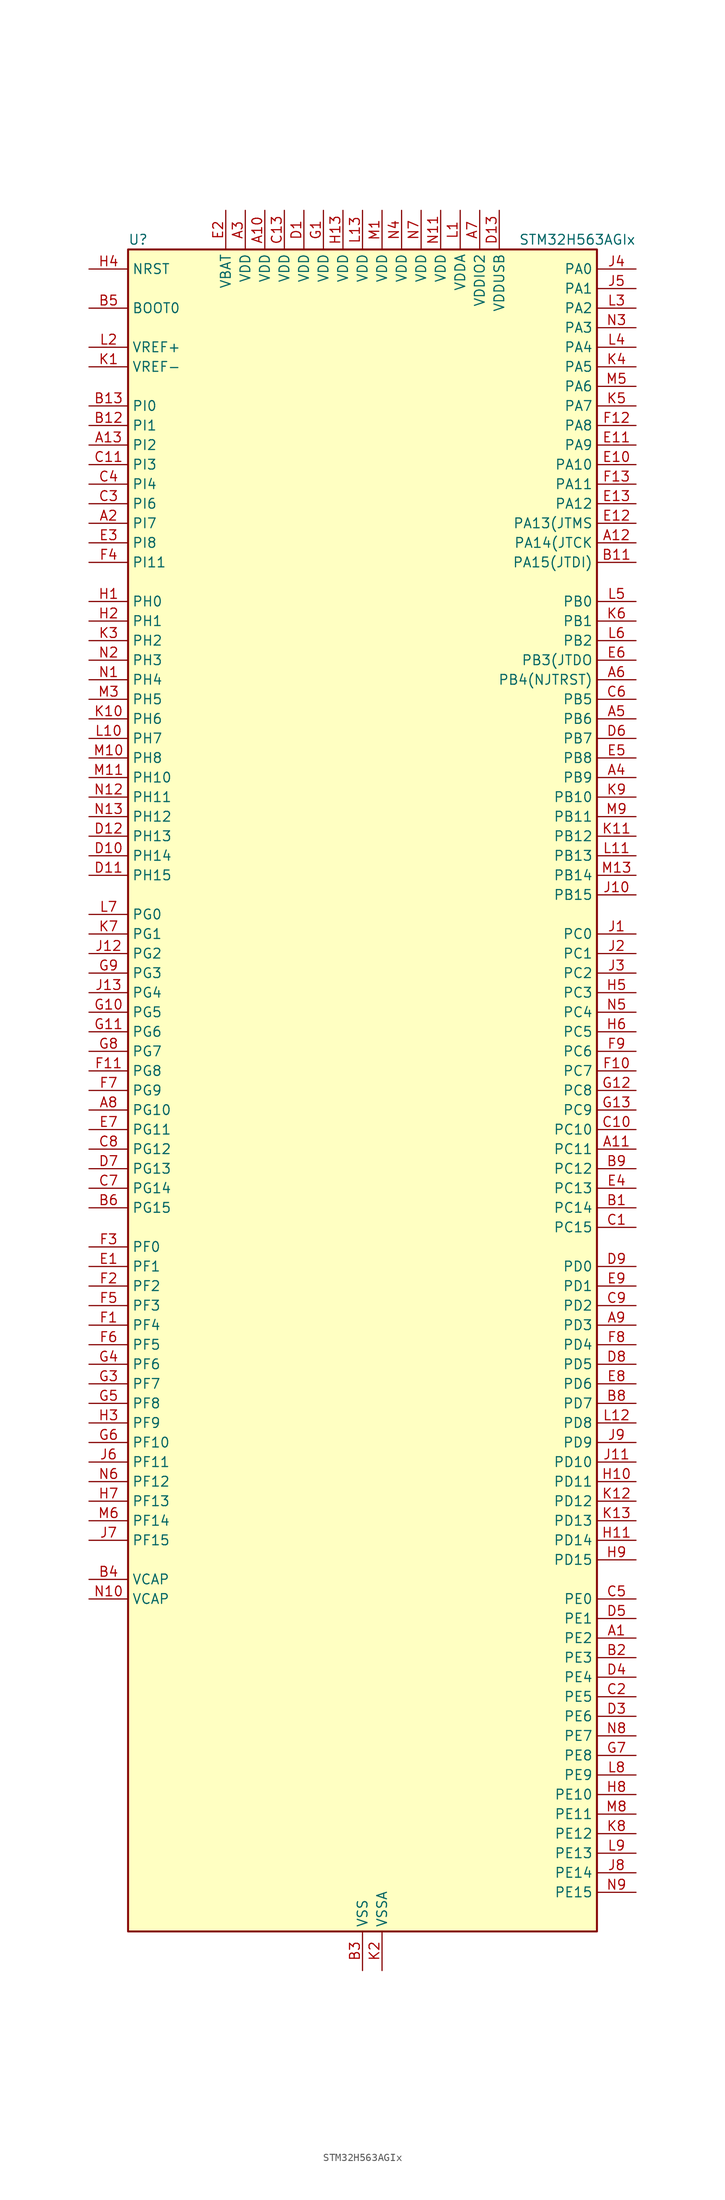
<source format=kicad_sym>
(kicad_symbol_lib
  (version 20231120)
  (generator "kicad-library-utils")
  (generator_version "8.0")
  (symbol "STM32H563AGIx"
    (property "Reference" "U"
      (at -30.48 110.49 0)
      (effects (font (size 1.27 1.27)) (justify left)))
    (property "Value" "STM32H563AGIx"
      (at 20.32 110.49 0)
      (effects (font (size 1.27 1.27)) (justify left)))
    (symbol "STM32H563AGIx_0_1"
      (rectangle (start -30.48 -109.22) (end 30.48 109.22) (stroke (width 0.254) (type default)) (fill (type background))))
    (symbol "STM32H563AGIx_1_1"
      (pin bidirectional line (at 35.56 -71.12 180) (length 5.08) (name "PE2" (effects (font (size 1.27 1.27)))) (number "A1" (effects (font (size 1.27 1.27)))) (alternate "DCMI_D3" bidirectional line) (alternate "DEBUG_TRACECLK" bidirectional line) (alternate "ETH_TXD3" bidirectional line) (alternate "FMC_A23" bidirectional line) (alternate "LPTIM1_IN2" bidirectional line) (alternate "OCTOSPI1_IO2" bidirectional line) (alternate "PSSI_D3" bidirectional line) (alternate "SAI1_CK1" bidirectional line) (alternate "SAI1_MCLK_A" bidirectional line) (alternate "SPI4_SCK" bidirectional line) (alternate "UART8_TX" bidirectional line) (alternate "USART10_RX" bidirectional line))
      (pin power_in line (at -12.7 114.3 270) (length 5.08) (name "VDD" (effects (font (size 1.27 1.27)))) (number "A10" (effects (font (size 1.27 1.27)))))
      (pin bidirectional line (at 35.56 -7.62 180) (length 5.08) (name "PC11" (effects (font (size 1.27 1.27)))) (number "A11" (effects (font (size 1.27 1.27)))) (alternate "ADC1_EXTI11" bidirectional line) (alternate "ADC2_EXTI11" bidirectional line) (alternate "DCMI_D4" bidirectional line) (alternate "I2S3_SDI" bidirectional line) (alternate "LPTIM3_IN1" bidirectional line) (alternate "OCTOSPI1_NCS" bidirectional line) (alternate "PSSI_D4" bidirectional line) (alternate "SDMMC1_D3" bidirectional line) (alternate "SPI3_MISO" bidirectional line) (alternate "UART4_RX" bidirectional line) (alternate "USART3_RX" bidirectional line))
      (pin bidirectional line (at 35.56 71.12 180) (length 5.08) (name "PA14(JTCK" (effects (font (size 1.27 1.27)))) (number "A12" (effects (font (size 1.27 1.27)))) (alternate "DEBUG_JTCK-SWCLK" bidirectional line))
      (pin bidirectional line (at -35.56 83.82 0) (length 5.08) (name "PI2" (effects (font (size 1.27 1.27)))) (number "A13" (effects (font (size 1.27 1.27)))) (alternate "DCMI_D9" bidirectional line) (alternate "I2S2_SDI" bidirectional line) (alternate "PSSI_D9" bidirectional line) (alternate "SPI2_MISO" bidirectional line) (alternate "TIM8_CH4" bidirectional line))
      (pin bidirectional line (at -35.56 73.66 0) (length 5.08) (name "PI7" (effects (font (size 1.27 1.27)))) (number "A2" (effects (font (size 1.27 1.27)))) (alternate "DCMI_D7" bidirectional line) (alternate "PSSI_D7" bidirectional line) (alternate "SAI2_FS_A" bidirectional line) (alternate "TIM8_CH3" bidirectional line))
      (pin power_in line (at -15.24 114.3 270) (length 5.08) (name "VDD" (effects (font (size 1.27 1.27)))) (number "A3" (effects (font (size 1.27 1.27)))))
      (pin bidirectional line (at 35.56 40.64 180) (length 5.08) (name "PB9" (effects (font (size 1.27 1.27)))) (number "A4" (effects (font (size 1.27 1.27)))) (alternate "DAC1_EXTI9" bidirectional line) (alternate "DCMI_D7" bidirectional line) (alternate "FDCAN1_TX" bidirectional line) (alternate "I2C1_SDA" bidirectional line) (alternate "I2C4_SDA" bidirectional line) (alternate "I2S2_WS" bidirectional line) (alternate "I3C1_SDA" bidirectional line) (alternate "PSSI_D7" bidirectional line) (alternate "SDMMC1_CDIR" bidirectional line) (alternate "SDMMC1_D5" bidirectional line) (alternate "SDMMC2_CKIN" bidirectional line) (alternate "SDMMC2_D5" bidirectional line) (alternate "SPI2_NSS" bidirectional line) (alternate "TIM17_CH1" bidirectional line) (alternate "TIM4_CH4" bidirectional line) (alternate "UART4_TX" bidirectional line))
      (pin bidirectional line (at 35.56 48.26 180) (length 5.08) (name "PB6" (effects (font (size 1.27 1.27)))) (number "A5" (effects (font (size 1.27 1.27)))) (alternate "CEC" bidirectional line) (alternate "DCMI_D5" bidirectional line) (alternate "FDCAN2_TX" bidirectional line) (alternate "FMC_SDNE1" bidirectional line) (alternate "I2C1_SCL" bidirectional line) (alternate "I2C4_SCL" bidirectional line) (alternate "I3C1_SCL" bidirectional line) (alternate "LPUART1_TX" bidirectional line) (alternate "OCTOSPI1_NCS" bidirectional line) (alternate "PSSI_D5" bidirectional line) (alternate "TIM16_CH1N" bidirectional line) (alternate "TIM4_CH1" bidirectional line) (alternate "UART5_TX" bidirectional line) (alternate "USART1_TX" bidirectional line))
      (pin bidirectional line (at 35.56 53.34 180) (length 5.08) (name "PB4(NJTRST)" (effects (font (size 1.27 1.27)))) (number "A6" (effects (font (size 1.27 1.27)))) (alternate "DCMI_D7" bidirectional line) (alternate "DEBUG_JTRST" bidirectional line) (alternate "I2S1_SDI" bidirectional line) (alternate "I2S2_WS" bidirectional line) (alternate "I2S3_SDI" bidirectional line) (alternate "LPTIM1_CH2" bidirectional line) (alternate "OCTOSPI1_CLK" bidirectional line) (alternate "PSSI_D7" bidirectional line) (alternate "SDMMC2_D3" bidirectional line) (alternate "SPI1_MISO" bidirectional line) (alternate "SPI2_NSS" bidirectional line) (alternate "SPI3_MISO" bidirectional line) (alternate "SPI6_MISO" bidirectional line) (alternate "TIM16_BKIN" bidirectional line) (alternate "TIM3_CH1" bidirectional line) (alternate "UART7_TX" bidirectional line))
      (pin power_in line (at 15.24 114.3 270) (length 5.08) (name "VDDIO2" (effects (font (size 1.27 1.27)))) (number "A7" (effects (font (size 1.27 1.27)))))
      (pin bidirectional line (at -35.56 -2.54 0) (length 5.08) (name "PG10" (effects (font (size 1.27 1.27)))) (number "A8" (effects (font (size 1.27 1.27)))) (alternate "DCMI_D2" bidirectional line) (alternate "FMC_NE3" bidirectional line) (alternate "I2S1_WS" bidirectional line) (alternate "PSSI_D2" bidirectional line) (alternate "SAI2_SD_B" bidirectional line) (alternate "SDMMC2_D1" bidirectional line) (alternate "SPI1_NSS" bidirectional line))
      (pin bidirectional line (at 35.56 -30.48 180) (length 5.08) (name "PD3" (effects (font (size 1.27 1.27)))) (number "A9" (effects (font (size 1.27 1.27)))) (alternate "DCMI_D5" bidirectional line) (alternate "FMC_CLK" bidirectional line) (alternate "I2S2_CK" bidirectional line) (alternate "PSSI_D5" bidirectional line) (alternate "PWR_WKUP8" bidirectional line) (alternate "SPI2_SCK" bidirectional line) (alternate "USART2_CTS" bidirectional line) (alternate "USART2_NSS" bidirectional line))
      (pin bidirectional line (at 35.56 -15.24 180) (length 5.08) (name "PC14" (effects (font (size 1.27 1.27)))) (number "B1" (effects (font (size 1.27 1.27)))) (alternate "RCC_OSC32_IN" bidirectional line))
      (pin passive line (at 0 -114.3 90) (length 5.08) hide (name "VSS" (effects (font (size 1.27 1.27)))) (number "B10" (effects (font (size 1.27 1.27)))))
      (pin bidirectional line (at 35.56 68.58 180) (length 5.08) (name "PA15(JTDI)" (effects (font (size 1.27 1.27)))) (number "B11" (effects (font (size 1.27 1.27)))) (alternate "ADC1_EXTI15" bidirectional line) (alternate "ADC2_EXTI15" bidirectional line) (alternate "CEC" bidirectional line) (alternate "DCMI_D11" bidirectional line) (alternate "DEBUG_JTDI" bidirectional line) (alternate "FMC_NBL1" bidirectional line) (alternate "I2S1_WS" bidirectional line) (alternate "I2S3_WS" bidirectional line) (alternate "LPTIM3_IN2" bidirectional line) (alternate "PSSI_D11" bidirectional line) (alternate "SPI1_NSS" bidirectional line) (alternate "SPI3_NSS" bidirectional line) (alternate "SPI6_NSS" bidirectional line) (alternate "TIM2_CH1" bidirectional line) (alternate "TIM2_ETR" bidirectional line) (alternate "UART4_DE" bidirectional line) (alternate "UART4_RTS" bidirectional line) (alternate "UART7_TX" bidirectional line))
      (pin bidirectional line (at -35.56 86.36 0) (length 5.08) (name "PI1" (effects (font (size 1.27 1.27)))) (number "B12" (effects (font (size 1.27 1.27)))) (alternate "DCMI_D8" bidirectional line) (alternate "I2S2_CK" bidirectional line) (alternate "PSSI_D8" bidirectional line) (alternate "SPI2_SCK" bidirectional line) (alternate "TIM8_BKIN2" bidirectional line))
      (pin bidirectional line (at -35.56 88.9 0) (length 5.08) (name "PI0" (effects (font (size 1.27 1.27)))) (number "B13" (effects (font (size 1.27 1.27)))) (alternate "DCMI_D13" bidirectional line) (alternate "I2S2_WS" bidirectional line) (alternate "PSSI_D13" bidirectional line) (alternate "SPI2_NSS" bidirectional line) (alternate "TIM5_CH4" bidirectional line))
      (pin bidirectional line (at 35.56 -73.66 180) (length 5.08) (name "PE3" (effects (font (size 1.27 1.27)))) (number "B2" (effects (font (size 1.27 1.27)))) (alternate "DEBUG_TRACED0" bidirectional line) (alternate "FMC_A19" bidirectional line) (alternate "SAI1_SD_B" bidirectional line) (alternate "TAMP_IN6" bidirectional line) (alternate "TAMP_OUT3" bidirectional line) (alternate "TIM15_BKIN" bidirectional line) (alternate "USART10_TX" bidirectional line))
      (pin power_in line (at 0 -114.3 90) (length 5.08) (name "VSS" (effects (font (size 1.27 1.27)))) (number "B3" (effects (font (size 1.27 1.27)))))
      (pin power_out line (at -35.56 -63.5 0) (length 5.08) (name "VCAP" (effects (font (size 1.27 1.27)))) (number "B4" (effects (font (size 1.27 1.27)))))
      (pin input line (at -35.56 101.6 0) (length 5.08) (name "BOOT0" (effects (font (size 1.27 1.27)))) (number "B5" (effects (font (size 1.27 1.27)))))
      (pin bidirectional line (at -35.56 -15.24 0) (length 5.08) (name "PG15" (effects (font (size 1.27 1.27)))) (number "B6" (effects (font (size 1.27 1.27)))) (alternate "ADC1_EXTI15" bidirectional line) (alternate "ADC2_EXTI15" bidirectional line) (alternate "DCMI_D13" bidirectional line) (alternate "FMC_SDNCAS" bidirectional line) (alternate "PSSI_D13" bidirectional line) (alternate "SPI4_RDY" bidirectional line) (alternate "USART10_CK" bidirectional line) (alternate "USART6_CTS" bidirectional line) (alternate "USART6_NSS" bidirectional line))
      (pin passive line (at 0 -114.3 90) (length 5.08) hide (name "VSS" (effects (font (size 1.27 1.27)))) (number "B7" (effects (font (size 1.27 1.27)))))
      (pin bidirectional line (at 35.56 -40.64 180) (length 5.08) (name "PD7" (effects (font (size 1.27 1.27)))) (number "B8" (effects (font (size 1.27 1.27)))) (alternate "FMC_NCE" bidirectional line) (alternate "FMC_NE1" bidirectional line) (alternate "I2S1_SDO" bidirectional line) (alternate "LPTIM4_OUT" bidirectional line) (alternate "OCTOSPI1_IO7" bidirectional line) (alternate "SDMMC2_CMD" bidirectional line) (alternate "SPI1_MOSI" bidirectional line) (alternate "USART2_CK" bidirectional line))
      (pin bidirectional line (at 35.56 -10.16 180) (length 5.08) (name "PC12" (effects (font (size 1.27 1.27)))) (number "B9" (effects (font (size 1.27 1.27)))) (alternate "DCMI_D9" bidirectional line) (alternate "DEBUG_TRACED3" bidirectional line) (alternate "I2S3_SDO" bidirectional line) (alternate "PSSI_D9" bidirectional line) (alternate "SDMMC1_CK" bidirectional line) (alternate "SPI3_MOSI" bidirectional line) (alternate "SPI6_SCK" bidirectional line) (alternate "TIM15_CH1" bidirectional line) (alternate "UART5_TX" bidirectional line) (alternate "USART3_CK" bidirectional line))
      (pin bidirectional line (at 35.56 -17.78 180) (length 5.08) (name "PC15" (effects (font (size 1.27 1.27)))) (number "C1" (effects (font (size 1.27 1.27)))) (alternate "ADC1_EXTI15" bidirectional line) (alternate "ADC2_EXTI15" bidirectional line) (alternate "RCC_OSC32_OUT" bidirectional line))
      (pin bidirectional line (at 35.56 -5.08 180) (length 5.08) (name "PC10" (effects (font (size 1.27 1.27)))) (number "C10" (effects (font (size 1.27 1.27)))) (alternate "DCMI_D8" bidirectional line) (alternate "ETH_TXD0" bidirectional line) (alternate "I2S3_CK" bidirectional line) (alternate "LPTIM3_ETR" bidirectional line) (alternate "OCTOSPI1_IO1" bidirectional line) (alternate "PSSI_D8" bidirectional line) (alternate "SDMMC1_D2" bidirectional line) (alternate "SPI3_SCK" bidirectional line) (alternate "UART4_TX" bidirectional line) (alternate "USART3_TX" bidirectional line))
      (pin bidirectional line (at -35.56 81.28 0) (length 5.08) (name "PI3" (effects (font (size 1.27 1.27)))) (number "C11" (effects (font (size 1.27 1.27)))) (alternate "DCMI_D10" bidirectional line) (alternate "I2S2_SDO" bidirectional line) (alternate "PSSI_D10" bidirectional line) (alternate "SPI2_MOSI" bidirectional line) (alternate "TIM8_ETR" bidirectional line))
      (pin passive line (at 0 -114.3 90) (length 5.08) hide (name "VSS" (effects (font (size 1.27 1.27)))) (number "C12" (effects (font (size 1.27 1.27)))))
      (pin power_in line (at -10.16 114.3 270) (length 5.08) (name "VDD" (effects (font (size 1.27 1.27)))) (number "C13" (effects (font (size 1.27 1.27)))))
      (pin bidirectional line (at 35.56 -78.74 180) (length 5.08) (name "PE5" (effects (font (size 1.27 1.27)))) (number "C2" (effects (font (size 1.27 1.27)))) (alternate "DCMI_D6" bidirectional line) (alternate "DEBUG_TRACED2" bidirectional line) (alternate "FMC_A21" bidirectional line) (alternate "PSSI_D6" bidirectional line) (alternate "SAI1_CK2" bidirectional line) (alternate "SAI1_SCK_A" bidirectional line) (alternate "SPI4_MISO" bidirectional line) (alternate "TAMP_IN8" bidirectional line) (alternate "TAMP_OUT7" bidirectional line) (alternate "TIM15_CH1" bidirectional line))
      (pin bidirectional line (at -35.56 76.2 0) (length 5.08) (name "PI6" (effects (font (size 1.27 1.27)))) (number "C3" (effects (font (size 1.27 1.27)))) (alternate "DCMI_D6" bidirectional line) (alternate "PSSI_D6" bidirectional line) (alternate "SAI2_SD_A" bidirectional line) (alternate "TIM8_CH2" bidirectional line))
      (pin bidirectional line (at -35.56 78.74 0) (length 5.08) (name "PI4" (effects (font (size 1.27 1.27)))) (number "C4" (effects (font (size 1.27 1.27)))) (alternate "DCMI_D5" bidirectional line) (alternate "PSSI_D5" bidirectional line) (alternate "SAI2_MCLK_A" bidirectional line) (alternate "SPI2_RDY" bidirectional line) (alternate "TIM8_BKIN" bidirectional line))
      (pin bidirectional line (at 35.56 -66.04 180) (length 5.08) (name "PE0" (effects (font (size 1.27 1.27)))) (number "C5" (effects (font (size 1.27 1.27)))) (alternate "DCMI_D2" bidirectional line) (alternate "FDCAN1_RX" bidirectional line) (alternate "FMC_NBL0" bidirectional line) (alternate "LPTIM1_ETR" bidirectional line) (alternate "LPTIM2_CH2" bidirectional line) (alternate "LPTIM2_ETR" bidirectional line) (alternate "PSSI_D2" bidirectional line) (alternate "SAI2_MCLK_A" bidirectional line) (alternate "SPI3_RDY" bidirectional line) (alternate "TIM4_ETR" bidirectional line) (alternate "UART8_RX" bidirectional line))
      (pin bidirectional line (at 35.56 50.8 180) (length 5.08) (name "PB5" (effects (font (size 1.27 1.27)))) (number "C6" (effects (font (size 1.27 1.27)))) (alternate "DCMI_D10" bidirectional line) (alternate "ETH_PPS_OUT" bidirectional line) (alternate "FDCAN2_RX" bidirectional line) (alternate "FMC_SDCKE1" bidirectional line) (alternate "I2C1_SMBA" bidirectional line) (alternate "I2C4_SMBA" bidirectional line) (alternate "I2S1_SDO" bidirectional line) (alternate "I2S3_SDO" bidirectional line) (alternate "OCTOSPI1_NCLK" bidirectional line) (alternate "PSSI_D10" bidirectional line) (alternate "SPI1_MOSI" bidirectional line) (alternate "SPI3_MOSI" bidirectional line) (alternate "SPI6_MOSI" bidirectional line) (alternate "TIM17_BKIN" bidirectional line) (alternate "TIM3_CH2" bidirectional line) (alternate "UART5_RX" bidirectional line))
      (pin bidirectional line (at -35.56 -12.7 0) (length 5.08) (name "PG14" (effects (font (size 1.27 1.27)))) (number "C7" (effects (font (size 1.27 1.27)))) (alternate "DEBUG_TRACED1" bidirectional line) (alternate "ETH_TXD1" bidirectional line) (alternate "FMC_A25" bidirectional line) (alternate "LPTIM1_CH2" bidirectional line) (alternate "LPTIM1_ETR" bidirectional line) (alternate "LPTIM5_IN1" bidirectional line) (alternate "OCTOSPI1_IO7" bidirectional line) (alternate "SDMMC2_D7" bidirectional line) (alternate "SPI6_MOSI" bidirectional line) (alternate "USART10_RTS" bidirectional line) (alternate "USART6_TX" bidirectional line))
      (pin bidirectional line (at -35.56 -7.62 0) (length 5.08) (name "PG12" (effects (font (size 1.27 1.27)))) (number "C8" (effects (font (size 1.27 1.27)))) (alternate "DCMI_D11" bidirectional line) (alternate "ETH_TXD1" bidirectional line) (alternate "FMC_NE4" bidirectional line) (alternate "LPTIM1_IN1" bidirectional line) (alternate "LPTIM5_CH1" bidirectional line) (alternate "PSSI_D11" bidirectional line) (alternate "PSSI_D15" bidirectional line) (alternate "SDMMC2_D3" bidirectional line) (alternate "SPI6_MISO" bidirectional line) (alternate "USART10_TX" bidirectional line) (alternate "USART6_RTS" bidirectional line))
      (pin bidirectional line (at 35.56 -27.94 180) (length 5.08) (name "PD2" (effects (font (size 1.27 1.27)))) (number "C9" (effects (font (size 1.27 1.27)))) (alternate "DCMI_D11" bidirectional line) (alternate "DEBUG_TRACED2" bidirectional line) (alternate "LPTIM4_ETR" bidirectional line) (alternate "PSSI_D11" bidirectional line) (alternate "PWR_WKUP7" bidirectional line) (alternate "SDMMC1_CMD" bidirectional line) (alternate "TIM15_BKIN" bidirectional line) (alternate "TIM3_ETR" bidirectional line) (alternate "UART5_RX" bidirectional line))
      (pin power_in line (at -7.62 114.3 270) (length 5.08) (name "VDD" (effects (font (size 1.27 1.27)))) (number "D1" (effects (font (size 1.27 1.27)))))
      (pin bidirectional line (at -35.56 30.48 0) (length 5.08) (name "PH14" (effects (font (size 1.27 1.27)))) (number "D10" (effects (font (size 1.27 1.27)))) (alternate "DCMI_D4" bidirectional line) (alternate "FDCAN1_RX" bidirectional line) (alternate "PSSI_D4" bidirectional line) (alternate "TIM8_CH2N" bidirectional line) (alternate "UART4_RX" bidirectional line))
      (pin bidirectional line (at -35.56 27.94 0) (length 5.08) (name "PH15" (effects (font (size 1.27 1.27)))) (number "D11" (effects (font (size 1.27 1.27)))) (alternate "ADC1_EXTI15" bidirectional line) (alternate "ADC2_EXTI15" bidirectional line) (alternate "DCMI_D11" bidirectional line) (alternate "PSSI_D11" bidirectional line) (alternate "TIM8_CH3N" bidirectional line))
      (pin bidirectional line (at -35.56 33.02 0) (length 5.08) (name "PH13" (effects (font (size 1.27 1.27)))) (number "D12" (effects (font (size 1.27 1.27)))) (alternate "DCMI_D3" bidirectional line) (alternate "FDCAN1_TX" bidirectional line) (alternate "LPTIM1_IN2" bidirectional line) (alternate "PSSI_D3" bidirectional line) (alternate "TIM8_CH1N" bidirectional line) (alternate "UART4_TX" bidirectional line) (alternate "UART8_TX" bidirectional line))
      (pin power_in line (at 17.78 114.3 270) (length 5.08) (name "VDDUSB" (effects (font (size 1.27 1.27)))) (number "D13" (effects (font (size 1.27 1.27)))))
      (pin passive line (at 0 -114.3 90) (length 5.08) hide (name "VSS" (effects (font (size 1.27 1.27)))) (number "D2" (effects (font (size 1.27 1.27)))))
      (pin bidirectional line (at 35.56 -81.28 180) (length 5.08) (name "PE6" (effects (font (size 1.27 1.27)))) (number "D3" (effects (font (size 1.27 1.27)))) (alternate "DCMI_D7" bidirectional line) (alternate "DEBUG_TRACED3" bidirectional line) (alternate "FMC_A22" bidirectional line) (alternate "PSSI_D7" bidirectional line) (alternate "SAI1_D1" bidirectional line) (alternate "SAI1_SD_A" bidirectional line) (alternate "SAI2_MCLK_B" bidirectional line) (alternate "SPI4_MOSI" bidirectional line) (alternate "TAMP_IN3" bidirectional line) (alternate "TAMP_OUT6" bidirectional line) (alternate "TIM15_CH2" bidirectional line) (alternate "TIM1_BKIN2" bidirectional line))
      (pin bidirectional line (at 35.56 -76.2 180) (length 5.08) (name "PE4" (effects (font (size 1.27 1.27)))) (number "D4" (effects (font (size 1.27 1.27)))) (alternate "DCMI_D4" bidirectional line) (alternate "DEBUG_TRACED1" bidirectional line) (alternate "FMC_A20" bidirectional line) (alternate "PSSI_D4" bidirectional line) (alternate "SAI1_D2" bidirectional line) (alternate "SAI1_FS_A" bidirectional line) (alternate "SPI4_NSS" bidirectional line) (alternate "TAMP_IN7" bidirectional line) (alternate "TAMP_OUT8" bidirectional line) (alternate "TIM15_CH1N" bidirectional line))
      (pin bidirectional line (at 35.56 -68.58 180) (length 5.08) (name "PE1" (effects (font (size 1.27 1.27)))) (number "D5" (effects (font (size 1.27 1.27)))) (alternate "DCMI_D3" bidirectional line) (alternate "FDCAN1_TX" bidirectional line) (alternate "FMC_NBL1" bidirectional line) (alternate "LPTIM1_IN2" bidirectional line) (alternate "PSSI_D3" bidirectional line) (alternate "UART8_TX" bidirectional line))
      (pin bidirectional line (at 35.56 45.72 180) (length 5.08) (name "PB7" (effects (font (size 1.27 1.27)))) (number "D6" (effects (font (size 1.27 1.27)))) (alternate "DCMI_VSYNC" bidirectional line) (alternate "FDCAN1_TX" bidirectional line) (alternate "FMC_NL" bidirectional line) (alternate "I2C1_SDA" bidirectional line) (alternate "I2C4_SDA" bidirectional line) (alternate "I3C1_SDA" bidirectional line) (alternate "LPUART1_RX" bidirectional line) (alternate "PSSI_RDY" bidirectional line) (alternate "PWR_WKUP5" bidirectional line) (alternate "SDMMC2_CKIN" bidirectional line) (alternate "SDMMC2_D5" bidirectional line) (alternate "TIM17_CH1N" bidirectional line) (alternate "TIM4_CH2" bidirectional line) (alternate "USART1_RX" bidirectional line))
      (pin bidirectional line (at -35.56 -10.16 0) (length 5.08) (name "PG13" (effects (font (size 1.27 1.27)))) (number "D7" (effects (font (size 1.27 1.27)))) (alternate "DEBUG_TRACED0" bidirectional line) (alternate "ETH_TXD0" bidirectional line) (alternate "FMC_A24" bidirectional line) (alternate "LPTIM1_CH1" bidirectional line) (alternate "LPTIM5_CH2" bidirectional line) (alternate "SDMMC2_D6" bidirectional line) (alternate "SPI6_SCK" bidirectional line) (alternate "USART10_CTS" bidirectional line) (alternate "USART10_NSS" bidirectional line) (alternate "USART6_CTS" bidirectional line) (alternate "USART6_NSS" bidirectional line))
      (pin bidirectional line (at 35.56 -35.56 180) (length 5.08) (name "PD5" (effects (font (size 1.27 1.27)))) (number "D8" (effects (font (size 1.27 1.27)))) (alternate "FDCAN1_TX" bidirectional line) (alternate "FMC_NWE" bidirectional line) (alternate "OCTOSPI1_IO5" bidirectional line) (alternate "SPI2_RDY" bidirectional line) (alternate "TIM1_CH4N" bidirectional line) (alternate "USART2_TX" bidirectional line))
      (pin bidirectional line (at 35.56 -22.86 180) (length 5.08) (name "PD0" (effects (font (size 1.27 1.27)))) (number "D9" (effects (font (size 1.27 1.27)))) (alternate "FDCAN1_RX" bidirectional line) (alternate "FMC_D2" bidirectional line) (alternate "FMC_DA2" bidirectional line) (alternate "TIM8_CH4N" bidirectional line) (alternate "UART4_RX" bidirectional line) (alternate "UART9_CTS" bidirectional line))
      (pin bidirectional line (at -35.56 -22.86 0) (length 5.08) (name "PF1" (effects (font (size 1.27 1.27)))) (number "E1" (effects (font (size 1.27 1.27)))) (alternate "FMC_A1" bidirectional line) (alternate "I2C2_SCL" bidirectional line) (alternate "LPTIM5_CH2" bidirectional line))
      (pin bidirectional line (at 35.56 81.28 180) (length 5.08) (name "PA10" (effects (font (size 1.27 1.27)))) (number "E10" (effects (font (size 1.27 1.27)))) (alternate "DCMI_D1" bidirectional line) (alternate "FDCAN2_TX" bidirectional line) (alternate "LPTIM2_IN2" bidirectional line) (alternate "LPUART1_RX" bidirectional line) (alternate "PSSI_D1" bidirectional line) (alternate "SDMMC1_D0" bidirectional line) (alternate "TIM1_CH3" bidirectional line) (alternate "UCPD1_FRSTX" bidirectional line) (alternate "USART1_RX" bidirectional line))
      (pin bidirectional line (at 35.56 83.82 180) (length 5.08) (name "PA9" (effects (font (size 1.27 1.27)))) (number "E11" (effects (font (size 1.27 1.27)))) (alternate "DAC1_EXTI9" bidirectional line) (alternate "DCMI_D0" bidirectional line) (alternate "ETH_TX_ER" bidirectional line) (alternate "FMC_NWE" bidirectional line) (alternate "I2C3_SMBA" bidirectional line) (alternate "I2S2_CK" bidirectional line) (alternate "LPUART1_TX" bidirectional line) (alternate "PSSI_D0" bidirectional line) (alternate "SPI2_SCK" bidirectional line) (alternate "TIM1_CH2" bidirectional line) (alternate "UCPD1_DB1" bidirectional line) (alternate "USART1_TX" bidirectional line))
      (pin bidirectional line (at 35.56 73.66 180) (length 5.08) (name "PA13(JTMS" (effects (font (size 1.27 1.27)))) (number "E12" (effects (font (size 1.27 1.27)))) (alternate "DEBUG_JTMS-SWDIO" bidirectional line))
      (pin bidirectional line (at 35.56 76.2 180) (length 5.08) (name "PA12" (effects (font (size 1.27 1.27)))) (number "E13" (effects (font (size 1.27 1.27)))) (alternate "FDCAN1_TX" bidirectional line) (alternate "I2S2_CK" bidirectional line) (alternate "LPUART1_RTS" bidirectional line) (alternate "SAI2_FS_B" bidirectional line) (alternate "SPI2_SCK" bidirectional line) (alternate "TIM1_ETR" bidirectional line) (alternate "UART4_TX" bidirectional line) (alternate "USART1_RTS" bidirectional line) (alternate "USB_DP" bidirectional line))
      (pin power_in line (at -17.78 114.3 270) (length 5.08) (name "VBAT" (effects (font (size 1.27 1.27)))) (number "E2" (effects (font (size 1.27 1.27)))))
      (pin bidirectional line (at -35.56 71.12 0) (length 5.08) (name "PI8" (effects (font (size 1.27 1.27)))) (number "E3" (effects (font (size 1.27 1.27)))) (alternate "PWR_WKUP3" bidirectional line) (alternate "RTC_OUT2" bidirectional line) (alternate "TAMP_IN2" bidirectional line) (alternate "TAMP_OUT3" bidirectional line))
      (pin bidirectional line (at 35.56 -12.7 180) (length 5.08) (name "PC13" (effects (font (size 1.27 1.27)))) (number "E4" (effects (font (size 1.27 1.27)))) (alternate "PWR_WKUP4" bidirectional line) (alternate "RTC_OUT1" bidirectional line) (alternate "RTC_TS" bidirectional line) (alternate "TAMP_IN1" bidirectional line) (alternate "TAMP_OUT2" bidirectional line) (alternate "TAMP_OUT3" bidirectional line))
      (pin bidirectional line (at 35.56 43.18 180) (length 5.08) (name "PB8" (effects (font (size 1.27 1.27)))) (number "E5" (effects (font (size 1.27 1.27)))) (alternate "DCMI_D6" bidirectional line) (alternate "ETH_TXD3" bidirectional line) (alternate "FDCAN1_RX" bidirectional line) (alternate "I2C1_SCL" bidirectional line) (alternate "I2C4_SCL" bidirectional line) (alternate "I3C1_SCL" bidirectional line) (alternate "PSSI_D6" bidirectional line) (alternate "SDMMC1_CKIN" bidirectional line) (alternate "SDMMC1_D4" bidirectional line) (alternate "SDMMC2_D4" bidirectional line) (alternate "SPI4_RDY" bidirectional line) (alternate "TIM16_CH1" bidirectional line) (alternate "TIM4_CH3" bidirectional line) (alternate "UART4_RX" bidirectional line))
      (pin bidirectional line (at 35.56 55.88 180) (length 5.08) (name "PB3(JTDO" (effects (font (size 1.27 1.27)))) (number "E6" (effects (font (size 1.27 1.27)))) (alternate "CRS_SYNC" bidirectional line) (alternate "DEBUG_JTDO-SWO" bidirectional line) (alternate "I2C2_SDA" bidirectional line) (alternate "I2S1_CK" bidirectional line) (alternate "I2S3_CK" bidirectional line) (alternate "LPTIM6_ETR" bidirectional line) (alternate "SDMMC2_D2" bidirectional line) (alternate "SPI1_SCK" bidirectional line) (alternate "SPI3_SCK" bidirectional line) (alternate "SPI6_SCK" bidirectional line) (alternate "TIM2_CH2" bidirectional line) (alternate "UART12_CTS" bidirectional line) (alternate "UART7_RX" bidirectional line))
      (pin bidirectional line (at -35.56 -5.08 0) (length 5.08) (name "PG11" (effects (font (size 1.27 1.27)))) (number "E7" (effects (font (size 1.27 1.27)))) (alternate "ADC1_EXTI11" bidirectional line) (alternate "ADC2_EXTI11" bidirectional line) (alternate "DCMI_D3" bidirectional line) (alternate "ETH_TX_EN" bidirectional line) (alternate "I2S1_CK" bidirectional line) (alternate "LPTIM1_IN2" bidirectional line) (alternate "PSSI_D3" bidirectional line) (alternate "SDMMC2_D2" bidirectional line) (alternate "SPI1_SCK" bidirectional line) (alternate "USART10_RX" bidirectional line) (alternate "USART11_RTS" bidirectional line))
      (pin bidirectional line (at 35.56 -38.1 180) (length 5.08) (name "PD6" (effects (font (size 1.27 1.27)))) (number "E8" (effects (font (size 1.27 1.27)))) (alternate "DCMI_D10" bidirectional line) (alternate "FMC_NWAIT" bidirectional line) (alternate "I2S3_SDO" bidirectional line) (alternate "OCTOSPI1_IO6" bidirectional line) (alternate "PSSI_D10" bidirectional line) (alternate "SAI1_D1" bidirectional line) (alternate "SAI1_SD_A" bidirectional line) (alternate "SDMMC2_CK" bidirectional line) (alternate "SPI3_MOSI" bidirectional line) (alternate "USART2_RX" bidirectional line))
      (pin bidirectional line (at 35.56 -25.4 180) (length 5.08) (name "PD1" (effects (font (size 1.27 1.27)))) (number "E9" (effects (font (size 1.27 1.27)))) (alternate "FDCAN1_TX" bidirectional line) (alternate "FMC_D3" bidirectional line) (alternate "FMC_DA3" bidirectional line) (alternate "UART4_TX" bidirectional line))
      (pin bidirectional line (at -35.56 -30.48 0) (length 5.08) (name "PF4" (effects (font (size 1.27 1.27)))) (number "F1" (effects (font (size 1.27 1.27)))) (alternate "FMC_A4" bidirectional line) (alternate "LPTIM3_ETR" bidirectional line) (alternate "USART11_RX" bidirectional line))
      (pin bidirectional line (at 35.56 2.54 180) (length 5.08) (name "PC7" (effects (font (size 1.27 1.27)))) (number "F10" (effects (font (size 1.27 1.27)))) (alternate "DCMI_D1" bidirectional line) (alternate "DEBUG_TRGIO" bidirectional line) (alternate "FMC_NE1" bidirectional line) (alternate "I2S3_MCK" bidirectional line) (alternate "OCTOSPI1_IO6" bidirectional line) (alternate "PSSI_D1" bidirectional line) (alternate "SDMMC1_D123DIR" bidirectional line) (alternate "SDMMC1_D7" bidirectional line) (alternate "SDMMC2_D7" bidirectional line) (alternate "TIM3_CH2" bidirectional line) (alternate "TIM8_CH2" bidirectional line) (alternate "USART6_RX" bidirectional line))
      (pin bidirectional line (at -35.56 2.54 0) (length 5.08) (name "PG8" (effects (font (size 1.27 1.27)))) (number "F11" (effects (font (size 1.27 1.27)))) (alternate "ETH_PPS_OUT" bidirectional line) (alternate "FMC_SDCLK" bidirectional line) (alternate "SPI6_NSS" bidirectional line) (alternate "TIM8_ETR" bidirectional line) (alternate "USART6_RTS" bidirectional line))
      (pin bidirectional line (at 35.56 86.36 180) (length 5.08) (name "PA8" (effects (font (size 1.27 1.27)))) (number "F12" (effects (font (size 1.27 1.27)))) (alternate "DCMI_D3" bidirectional line) (alternate "FMC_NOE" bidirectional line) (alternate "I2C3_SCL" bidirectional line) (alternate "PSSI_D3" bidirectional line) (alternate "RCC_MCO_1" bidirectional line) (alternate "SPI1_RDY" bidirectional line) (alternate "TIM1_CH1" bidirectional line) (alternate "TIM8_BKIN2" bidirectional line) (alternate "UART7_RX" bidirectional line) (alternate "USART1_CK" bidirectional line) (alternate "USB_SOF" bidirectional line))
      (pin bidirectional line (at 35.56 78.74 180) (length 5.08) (name "PA11" (effects (font (size 1.27 1.27)))) (number "F13" (effects (font (size 1.27 1.27)))) (alternate "ADC1_EXTI11" bidirectional line) (alternate "ADC2_EXTI11" bidirectional line) (alternate "FDCAN1_RX" bidirectional line) (alternate "I2S2_WS" bidirectional line) (alternate "LPUART1_CTS" bidirectional line) (alternate "SPI2_NSS" bidirectional line) (alternate "TIM1_CH4" bidirectional line) (alternate "UART4_RX" bidirectional line) (alternate "USART1_CTS" bidirectional line) (alternate "USART1_NSS" bidirectional line) (alternate "USB_DM" bidirectional line))
      (pin bidirectional line (at -35.56 -25.4 0) (length 5.08) (name "PF2" (effects (font (size 1.27 1.27)))) (number "F2" (effects (font (size 1.27 1.27)))) (alternate "FMC_A2" bidirectional line) (alternate "I2C2_SMBA" bidirectional line) (alternate "LPTIM3_CH2" bidirectional line) (alternate "LPTIM3_IN2" bidirectional line) (alternate "LPTIM5_IN1" bidirectional line) (alternate "UART12_TX" bidirectional line) (alternate "USART11_CK" bidirectional line))
      (pin bidirectional line (at -35.56 -20.32 0) (length 5.08) (name "PF0" (effects (font (size 1.27 1.27)))) (number "F3" (effects (font (size 1.27 1.27)))) (alternate "FMC_A0" bidirectional line) (alternate "I2C2_SDA" bidirectional line) (alternate "LPTIM5_CH1" bidirectional line))
      (pin bidirectional line (at -35.56 68.58 0) (length 5.08) (name "PI11" (effects (font (size 1.27 1.27)))) (number "F4" (effects (font (size 1.27 1.27)))) (alternate "ADC1_EXTI11" bidirectional line) (alternate "ADC2_EXTI11" bidirectional line) (alternate "PSSI_D15" bidirectional line) (alternate "TAMP_IN4" bidirectional line) (alternate "TAMP_OUT5" bidirectional line))
      (pin bidirectional line (at -35.56 -27.94 0) (length 5.08) (name "PF3" (effects (font (size 1.27 1.27)))) (number "F5" (effects (font (size 1.27 1.27)))) (alternate "FMC_A3" bidirectional line) (alternate "LPTIM3_IN1" bidirectional line) (alternate "LPTIM5_IN2" bidirectional line) (alternate "USART11_TX" bidirectional line))
      (pin bidirectional line (at -35.56 -33.02 0) (length 5.08) (name "PF5" (effects (font (size 1.27 1.27)))) (number "F6" (effects (font (size 1.27 1.27)))) (alternate "FMC_A5" bidirectional line) (alternate "I2C4_SCL" bidirectional line) (alternate "I3C1_SCL" bidirectional line) (alternate "LPTIM3_CH1" bidirectional line) (alternate "LPTIM3_IN1" bidirectional line) (alternate "UART12_RX" bidirectional line) (alternate "USART11_CTS" bidirectional line) (alternate "USART11_NSS" bidirectional line))
      (pin bidirectional line (at -35.56 0 0) (length 5.08) (name "PG9" (effects (font (size 1.27 1.27)))) (number "F7" (effects (font (size 1.27 1.27)))) (alternate "DAC1_EXTI9" bidirectional line) (alternate "DCMI_VSYNC" bidirectional line) (alternate "FMC_NCE" bidirectional line) (alternate "FMC_NE2" bidirectional line) (alternate "I2S1_SDI" bidirectional line) (alternate "OCTOSPI1_IO6" bidirectional line) (alternate "PSSI_RDY" bidirectional line) (alternate "SAI2_FS_B" bidirectional line) (alternate "SDMMC2_D0" bidirectional line) (alternate "SPI1_MISO" bidirectional line) (alternate "USART6_RX" bidirectional line))
      (pin bidirectional line (at 35.56 -33.02 180) (length 5.08) (name "PD4" (effects (font (size 1.27 1.27)))) (number "F8" (effects (font (size 1.27 1.27)))) (alternate "FMC_NOE" bidirectional line) (alternate "OCTOSPI1_IO4" bidirectional line) (alternate "USART2_RTS" bidirectional line))
      (pin bidirectional line (at 35.56 5.08 180) (length 5.08) (name "PC6" (effects (font (size 1.27 1.27)))) (number "F9" (effects (font (size 1.27 1.27)))) (alternate "DCMI_D0" bidirectional line) (alternate "FMC_NWAIT" bidirectional line) (alternate "I2S2_MCK" bidirectional line) (alternate "OCTOSPI1_IO5" bidirectional line) (alternate "PSSI_D0" bidirectional line) (alternate "SAI1_SCK_A" bidirectional line) (alternate "SDMMC1_D0DIR" bidirectional line) (alternate "SDMMC1_D6" bidirectional line) (alternate "SDMMC2_D6" bidirectional line) (alternate "TIM3_CH1" bidirectional line) (alternate "TIM8_CH1" bidirectional line) (alternate "USART6_TX" bidirectional line))
      (pin power_in line (at -5.08 114.3 270) (length 5.08) (name "VDD" (effects (font (size 1.27 1.27)))) (number "G1" (effects (font (size 1.27 1.27)))))
      (pin bidirectional line (at -35.56 10.16 0) (length 5.08) (name "PG5" (effects (font (size 1.27 1.27)))) (number "G10" (effects (font (size 1.27 1.27)))) (alternate "FMC_A15" bidirectional line) (alternate "FMC_BA1" bidirectional line) (alternate "TIM1_ETR" bidirectional line))
      (pin bidirectional line (at -35.56 7.62 0) (length 5.08) (name "PG6" (effects (font (size 1.27 1.27)))) (number "G11" (effects (font (size 1.27 1.27)))) (alternate "DCMI_D12" bidirectional line) (alternate "FMC_NE3" bidirectional line) (alternate "I2C4_SDA" bidirectional line) (alternate "I3C1_SDA" bidirectional line) (alternate "OCTOSPI1_NCS" bidirectional line) (alternate "PSSI_D12" bidirectional line) (alternate "SPI1_RDY" bidirectional line) (alternate "TIM17_BKIN" bidirectional line) (alternate "UCPD1_FRSTX" bidirectional line))
      (pin bidirectional line (at 35.56 0 180) (length 5.08) (name "PC8" (effects (font (size 1.27 1.27)))) (number "G12" (effects (font (size 1.27 1.27)))) (alternate "DCMI_D2" bidirectional line) (alternate "DEBUG_TRACED1" bidirectional line) (alternate "FMC_ALE" bidirectional line) (alternate "FMC_INT" bidirectional line) (alternate "FMC_NCE" bidirectional line) (alternate "FMC_NE2" bidirectional line) (alternate "PSSI_D2" bidirectional line) (alternate "SDMMC1_D0" bidirectional line) (alternate "TIM3_CH3" bidirectional line) (alternate "TIM8_CH3" bidirectional line) (alternate "UART5_DE" bidirectional line) (alternate "UART5_RTS" bidirectional line) (alternate "USART6_CK" bidirectional line))
      (pin bidirectional line (at 35.56 -2.54 180) (length 5.08) (name "PC9" (effects (font (size 1.27 1.27)))) (number "G13" (effects (font (size 1.27 1.27)))) (alternate "AUDIOCLK" bidirectional line) (alternate "DAC1_EXTI9" bidirectional line) (alternate "DCMI_D3" bidirectional line) (alternate "FMC_CLE" bidirectional line) (alternate "I2C3_SDA" bidirectional line) (alternate "OCTOSPI1_IO0" bidirectional line) (alternate "PSSI_D3" bidirectional line) (alternate "RCC_MCO_2" bidirectional line) (alternate "SDMMC1_D1" bidirectional line) (alternate "TIM3_CH4" bidirectional line) (alternate "TIM8_CH4" bidirectional line) (alternate "UART5_CTS" bidirectional line) (alternate "UCPD1_DB2" bidirectional line))
      (pin passive line (at 0 -114.3 90) (length 5.08) hide (name "VSS" (effects (font (size 1.27 1.27)))) (number "G2" (effects (font (size 1.27 1.27)))))
      (pin bidirectional line (at -35.56 -38.1 0) (length 5.08) (name "PF7" (effects (font (size 1.27 1.27)))) (number "G3" (effects (font (size 1.27 1.27)))) (alternate "LPTIM5_CH2" bidirectional line) (alternate "OCTOSPI1_IO2" bidirectional line) (alternate "SAI1_MCLK_B" bidirectional line) (alternate "SPI5_SCK" bidirectional line) (alternate "TIM17_CH1" bidirectional line) (alternate "UART7_TX" bidirectional line))
      (pin bidirectional line (at -35.56 -35.56 0) (length 5.08) (name "PF6" (effects (font (size 1.27 1.27)))) (number "G4" (effects (font (size 1.27 1.27)))) (alternate "LPTIM5_CH1" bidirectional line) (alternate "OCTOSPI1_IO3" bidirectional line) (alternate "SAI1_SD_B" bidirectional line) (alternate "SPI5_NSS" bidirectional line) (alternate "TIM16_CH1" bidirectional line) (alternate "UART7_RX" bidirectional line))
      (pin bidirectional line (at -35.56 -40.64 0) (length 5.08) (name "PF8" (effects (font (size 1.27 1.27)))) (number "G5" (effects (font (size 1.27 1.27)))) (alternate "LPTIM5_IN1" bidirectional line) (alternate "OCTOSPI1_IO0" bidirectional line) (alternate "SAI1_SCK_B" bidirectional line) (alternate "SPI5_MISO" bidirectional line) (alternate "TIM13_CH1" bidirectional line) (alternate "TIM16_CH1N" bidirectional line) (alternate "UART7_RTS" bidirectional line))
      (pin bidirectional line (at -35.56 -45.72 0) (length 5.08) (name "PF10" (effects (font (size 1.27 1.27)))) (number "G6" (effects (font (size 1.27 1.27)))) (alternate "DCMI_D11" bidirectional line) (alternate "OCTOSPI1_CLK" bidirectional line) (alternate "PSSI_D11" bidirectional line) (alternate "PSSI_D15" bidirectional line) (alternate "SAI1_D3" bidirectional line) (alternate "TIM16_BKIN" bidirectional line))
      (pin bidirectional line (at 35.56 -86.36 180) (length 5.08) (name "PE8" (effects (font (size 1.27 1.27)))) (number "G7" (effects (font (size 1.27 1.27)))) (alternate "FMC_D5" bidirectional line) (alternate "FMC_DA5" bidirectional line) (alternate "OCTOSPI1_IO5" bidirectional line) (alternate "TIM1_CH1N" bidirectional line) (alternate "UART12_CTS" bidirectional line) (alternate "UART7_TX" bidirectional line))
      (pin bidirectional line (at -35.56 5.08 0) (length 5.08) (name "PG7" (effects (font (size 1.27 1.27)))) (number "G8" (effects (font (size 1.27 1.27)))) (alternate "DCMI_D13" bidirectional line) (alternate "FMC_INT" bidirectional line) (alternate "I2C4_SCL" bidirectional line) (alternate "I3C1_SCL" bidirectional line) (alternate "PSSI_D13" bidirectional line) (alternate "SAI1_CK2" bidirectional line) (alternate "SAI1_MCLK_A" bidirectional line) (alternate "UCPD1_FRSTX" bidirectional line) (alternate "USART6_CK" bidirectional line))
      (pin bidirectional line (at -35.56 15.24 0) (length 5.08) (name "PG3" (effects (font (size 1.27 1.27)))) (number "G9" (effects (font (size 1.27 1.27)))) (alternate "FMC_A13" bidirectional line) (alternate "LPTIM5_ETR" bidirectional line) (alternate "TIM8_BKIN2" bidirectional line) (alternate "UART12_TX" bidirectional line))
      (pin bidirectional line (at -35.56 63.5 0) (length 5.08) (name "PH0" (effects (font (size 1.27 1.27)))) (number "H1" (effects (font (size 1.27 1.27)))) (alternate "RCC_OSC_IN" bidirectional line))
      (pin bidirectional line (at 35.56 -50.8 180) (length 5.08) (name "PD11" (effects (font (size 1.27 1.27)))) (number "H10" (effects (font (size 1.27 1.27)))) (alternate "ADC1_EXTI11" bidirectional line) (alternate "ADC2_EXTI11" bidirectional line) (alternate "FMC_A16" bidirectional line) (alternate "FMC_CLE" bidirectional line) (alternate "I2C4_SMBA" bidirectional line) (alternate "LPTIM2_IN2" bidirectional line) (alternate "OCTOSPI1_IO0" bidirectional line) (alternate "SAI1_CK1" bidirectional line) (alternate "SAI2_SD_A" bidirectional line) (alternate "UART4_RX" bidirectional line) (alternate "USART3_CTS" bidirectional line) (alternate "USART3_NSS" bidirectional line))
      (pin bidirectional line (at 35.56 -58.42 180) (length 5.08) (name "PD14" (effects (font (size 1.27 1.27)))) (number "H11" (effects (font (size 1.27 1.27)))) (alternate "FMC_D0" bidirectional line) (alternate "FMC_DA0" bidirectional line) (alternate "TIM4_CH3" bidirectional line) (alternate "UART8_CTS" bidirectional line) (alternate "UART9_RX" bidirectional line))
      (pin passive line (at 0 -114.3 90) (length 5.08) hide (name "VSS" (effects (font (size 1.27 1.27)))) (number "H12" (effects (font (size 1.27 1.27)))))
      (pin power_in line (at -2.54 114.3 270) (length 5.08) (name "VDD" (effects (font (size 1.27 1.27)))) (number "H13" (effects (font (size 1.27 1.27)))))
      (pin bidirectional line (at -35.56 60.96 0) (length 5.08) (name "PH1" (effects (font (size 1.27 1.27)))) (number "H2" (effects (font (size 1.27 1.27)))) (alternate "RCC_OSC_OUT" bidirectional line))
      (pin bidirectional line (at -35.56 -43.18 0) (length 5.08) (name "PF9" (effects (font (size 1.27 1.27)))) (number "H3" (effects (font (size 1.27 1.27)))) (alternate "DAC1_EXTI9" bidirectional line) (alternate "LPTIM5_IN2" bidirectional line) (alternate "OCTOSPI1_IO1" bidirectional line) (alternate "SAI1_FS_B" bidirectional line) (alternate "SPI5_MOSI" bidirectional line) (alternate "TIM14_CH1" bidirectional line) (alternate "TIM17_CH1N" bidirectional line) (alternate "UART7_CTS" bidirectional line))
      (pin input line (at -35.56 106.68 0) (length 5.08) (name "NRST" (effects (font (size 1.27 1.27)))) (number "H4" (effects (font (size 1.27 1.27)))))
      (pin bidirectional line (at 35.56 12.7 180) (length 5.08) (name "PC3" (effects (font (size 1.27 1.27)))) (number "H5" (effects (font (size 1.27 1.27)))) (alternate "ADC1_INN12" bidirectional line) (alternate "ADC1_INP13" bidirectional line) (alternate "ADC2_INN12" bidirectional line) (alternate "ADC2_INP13" bidirectional line) (alternate "ETH_TX_CLK" bidirectional line) (alternate "FMC_SDCKE0" bidirectional line) (alternate "I2S2_SDO" bidirectional line) (alternate "LPTIM3_CH1" bidirectional line) (alternate "OCTOSPI1_IO0" bidirectional line) (alternate "OCTOSPI1_IO6" bidirectional line) (alternate "PWR_CSTOP" bidirectional line) (alternate "SAI1_D3" bidirectional line) (alternate "SPI2_MOSI" bidirectional line))
      (pin bidirectional line (at 35.56 7.62 180) (length 5.08) (name "PC5" (effects (font (size 1.27 1.27)))) (number "H6" (effects (font (size 1.27 1.27)))) (alternate "ADC1_INN4" bidirectional line) (alternate "ADC1_INP8" bidirectional line) (alternate "ADC2_INN4" bidirectional line) (alternate "ADC2_INP8" bidirectional line) (alternate "ETH_RXD1" bidirectional line) (alternate "FMC_SDCKE0" bidirectional line) (alternate "OCTOSPI1_DQS" bidirectional line) (alternate "PSSI_D15" bidirectional line) (alternate "SAI1_D3" bidirectional line) (alternate "SAI1_FS_A" bidirectional line) (alternate "TIM1_CH4N" bidirectional line) (alternate "UART12_RTS" bidirectional line))
      (pin bidirectional line (at -35.56 -53.34 0) (length 5.08) (name "PF13" (effects (font (size 1.27 1.27)))) (number "H7" (effects (font (size 1.27 1.27)))) (alternate "ADC2_INP2" bidirectional line) (alternate "FMC_A7" bidirectional line) (alternate "I2C4_SMBA" bidirectional line) (alternate "LPTIM6_IN1" bidirectional line))
      (pin bidirectional line (at 35.56 -91.44 180) (length 5.08) (name "PE10" (effects (font (size 1.27 1.27)))) (number "H8" (effects (font (size 1.27 1.27)))) (alternate "FMC_D7" bidirectional line) (alternate "FMC_DA7" bidirectional line) (alternate "OCTOSPI1_IO7" bidirectional line) (alternate "TIM1_CH2N" bidirectional line) (alternate "UART12_TX" bidirectional line) (alternate "UART7_CTS" bidirectional line))
      (pin bidirectional line (at 35.56 -60.96 180) (length 5.08) (name "PD15" (effects (font (size 1.27 1.27)))) (number "H9" (effects (font (size 1.27 1.27)))) (alternate "ADC1_EXTI15" bidirectional line) (alternate "ADC2_EXTI15" bidirectional line) (alternate "FMC_D1" bidirectional line) (alternate "FMC_DA1" bidirectional line) (alternate "TIM4_CH4" bidirectional line) (alternate "UART8_RTS" bidirectional line) (alternate "UART9_TX" bidirectional line))
      (pin bidirectional line (at 35.56 20.32 180) (length 5.08) (name "PC0" (effects (font (size 1.27 1.27)))) (number "J1" (effects (font (size 1.27 1.27)))) (alternate "ADC1_INP10" bidirectional line) (alternate "ADC2_INP10" bidirectional line) (alternate "FMC_A25" bidirectional line) (alternate "FMC_SDNWE" bidirectional line) (alternate "OCTOSPI1_IO7" bidirectional line) (alternate "SAI1_MCLK_A" bidirectional line) (alternate "SAI2_FS_B" bidirectional line) (alternate "SPI2_RDY" bidirectional line) (alternate "TIM16_BKIN" bidirectional line))
      (pin bidirectional line (at 35.56 25.4 180) (length 5.08) (name "PB15" (effects (font (size 1.27 1.27)))) (number "J10" (effects (font (size 1.27 1.27)))) (alternate "ADC1_EXTI15" bidirectional line) (alternate "ADC2_EXTI15" bidirectional line) (alternate "DCMI_D2" bidirectional line) (alternate "ETH_TXD1" bidirectional line) (alternate "I2S2_SDO" bidirectional line) (alternate "OCTOSPI1_CLK" bidirectional line) (alternate "PSSI_D2" bidirectional line) (alternate "PWR_PVD_IN" bidirectional line) (alternate "RTC_REFIN" bidirectional line) (alternate "SDMMC2_D1" bidirectional line) (alternate "SPI2_MOSI" bidirectional line) (alternate "TIM12_CH2" bidirectional line) (alternate "TIM1_CH3N" bidirectional line) (alternate "TIM8_CH3N" bidirectional line) (alternate "UART4_CTS" bidirectional line) (alternate "UART5_RX" bidirectional line) (alternate "USART11_CTS" bidirectional line) (alternate "USART11_NSS" bidirectional line) (alternate "USART1_RX" bidirectional line))
      (pin bidirectional line (at 35.56 -48.26 180) (length 5.08) (name "PD10" (effects (font (size 1.27 1.27)))) (number "J11" (effects (font (size 1.27 1.27)))) (alternate "FMC_D15" bidirectional line) (alternate "FMC_DA15" bidirectional line) (alternate "LPTIM2_CH2" bidirectional line) (alternate "USART3_CK" bidirectional line))
      (pin bidirectional line (at -35.56 17.78 0) (length 5.08) (name "PG2" (effects (font (size 1.27 1.27)))) (number "J12" (effects (font (size 1.27 1.27)))) (alternate "FMC_A12" bidirectional line) (alternate "LPTIM6_ETR" bidirectional line) (alternate "TIM8_BKIN" bidirectional line) (alternate "UART12_RX" bidirectional line))
      (pin bidirectional line (at -35.56 12.7 0) (length 5.08) (name "PG4" (effects (font (size 1.27 1.27)))) (number "J13" (effects (font (size 1.27 1.27)))) (alternate "FMC_A14" bidirectional line) (alternate "FMC_BA0" bidirectional line) (alternate "LPTIM4_ETR" bidirectional line) (alternate "TIM1_BKIN2" bidirectional line))
      (pin bidirectional line (at 35.56 17.78 180) (length 5.08) (name "PC1" (effects (font (size 1.27 1.27)))) (number "J2" (effects (font (size 1.27 1.27)))) (alternate "ADC1_INN10" bidirectional line) (alternate "ADC1_INP11" bidirectional line) (alternate "ADC2_INN10" bidirectional line) (alternate "ADC2_INP11" bidirectional line) (alternate "DEBUG_TRACED0" bidirectional line) (alternate "ETH_MDC" bidirectional line) (alternate "I2S2_SDO" bidirectional line) (alternate "OCTOSPI1_IO4" bidirectional line) (alternate "PWR_WKUP6" bidirectional line) (alternate "SAI1_D1" bidirectional line) (alternate "SAI1_SD_A" bidirectional line) (alternate "SAI2_SD_A" bidirectional line) (alternate "SDMMC2_CK" bidirectional line) (alternate "SPI2_MOSI" bidirectional line) (alternate "TAMP_IN3" bidirectional line) (alternate "TAMP_OUT5" bidirectional line) (alternate "USART11_RTS" bidirectional line))
      (pin bidirectional line (at 35.56 15.24 180) (length 5.08) (name "PC2" (effects (font (size 1.27 1.27)))) (number "J3" (effects (font (size 1.27 1.27)))) (alternate "ADC1_INN11" bidirectional line) (alternate "ADC1_INP12" bidirectional line) (alternate "ADC2_INN11" bidirectional line) (alternate "ADC2_INP12" bidirectional line) (alternate "ETH_TXD2" bidirectional line) (alternate "FMC_SDNE0" bidirectional line) (alternate "I2S2_SDI" bidirectional line) (alternate "OCTOSPI1_IO2" bidirectional line) (alternate "OCTOSPI1_IO5" bidirectional line) (alternate "PWR_CSLEEP" bidirectional line) (alternate "SPI2_MISO" bidirectional line) (alternate "TIM17_CH1" bidirectional line) (alternate "TIM4_CH4" bidirectional line))
      (pin bidirectional line (at 35.56 106.68 180) (length 5.08) (name "PA0" (effects (font (size 1.27 1.27)))) (number "J4" (effects (font (size 1.27 1.27)))) (alternate "ADC1_INN1" bidirectional line) (alternate "ADC1_INP0" bidirectional line) (alternate "ADC2_INN1" bidirectional line) (alternate "ADC2_INP0" bidirectional line) (alternate "ETH_CRS" bidirectional line) (alternate "PWR_WKUP1" bidirectional line) (alternate "SAI2_SD_B" bidirectional line) (alternate "SDMMC2_CMD" bidirectional line) (alternate "SPI3_RDY" bidirectional line) (alternate "SPI6_NSS" bidirectional line) (alternate "TAMP_IN2" bidirectional line) (alternate "TAMP_OUT1" bidirectional line) (alternate "TIM15_BKIN" bidirectional line) (alternate "TIM2_CH1" bidirectional line) (alternate "TIM2_ETR" bidirectional line) (alternate "TIM5_CH1" bidirectional line) (alternate "TIM8_ETR" bidirectional line) (alternate "UART4_TX" bidirectional line) (alternate "USART2_CTS" bidirectional line) (alternate "USART2_NSS" bidirectional line))
      (pin bidirectional line (at 35.56 104.14 180) (length 5.08) (name "PA1" (effects (font (size 1.27 1.27)))) (number "J5" (effects (font (size 1.27 1.27)))) (alternate "ADC1_INP1" bidirectional line) (alternate "ADC2_INP1" bidirectional line) (alternate "ETH_REF_CLK" bidirectional line) (alternate "ETH_RX_CLK" bidirectional line) (alternate "LPTIM1_IN1" bidirectional line) (alternate "OCTOSPI1_DQS" bidirectional line) (alternate "OCTOSPI1_IO3" bidirectional line) (alternate "SAI2_MCLK_B" bidirectional line) (alternate "TAMP_IN5" bidirectional line) (alternate "TAMP_OUT4" bidirectional line) (alternate "TIM15_CH1N" bidirectional line) (alternate "TIM2_CH2" bidirectional line) (alternate "TIM5_CH2" bidirectional line) (alternate "UART4_RX" bidirectional line) (alternate "USART2_RTS" bidirectional line))
      (pin bidirectional line (at -35.56 -48.26 0) (length 5.08) (name "PF11" (effects (font (size 1.27 1.27)))) (number "J6" (effects (font (size 1.27 1.27)))) (alternate "ADC1_EXTI11" bidirectional line) (alternate "ADC1_INP2" bidirectional line) (alternate "ADC2_EXTI11" bidirectional line) (alternate "DCMI_D12" bidirectional line) (alternate "FMC_SDNRAS" bidirectional line) (alternate "LPTIM6_CH1" bidirectional line) (alternate "OCTOSPI1_NCLK" bidirectional line) (alternate "PSSI_D12" bidirectional line) (alternate "SAI2_SD_B" bidirectional line) (alternate "SPI5_MOSI" bidirectional line))
      (pin bidirectional line (at -35.56 -58.42 0) (length 5.08) (name "PF15" (effects (font (size 1.27 1.27)))) (number "J7" (effects (font (size 1.27 1.27)))) (alternate "ADC1_EXTI15" bidirectional line) (alternate "ADC2_EXTI15" bidirectional line) (alternate "FMC_A9" bidirectional line) (alternate "I2C4_SDA" bidirectional line) (alternate "I3C1_SDA" bidirectional line))
      (pin bidirectional line (at 35.56 -101.6 180) (length 5.08) (name "PE14" (effects (font (size 1.27 1.27)))) (number "J8" (effects (font (size 1.27 1.27)))) (alternate "FMC_D11" bidirectional line) (alternate "FMC_DA11" bidirectional line) (alternate "SAI2_MCLK_B" bidirectional line) (alternate "SPI4_MOSI" bidirectional line) (alternate "TIM1_CH4" bidirectional line))
      (pin bidirectional line (at 35.56 -45.72 180) (length 5.08) (name "PD9" (effects (font (size 1.27 1.27)))) (number "J9" (effects (font (size 1.27 1.27)))) (alternate "DAC1_EXTI9" bidirectional line) (alternate "FDCAN2_RX" bidirectional line) (alternate "FMC_D14" bidirectional line) (alternate "FMC_DA14" bidirectional line) (alternate "USART3_RX" bidirectional line))
      (pin input line (at -35.56 93.98 0) (length 5.08) (name "VREF-" (effects (font (size 1.27 1.27)))) (number "K1" (effects (font (size 1.27 1.27)))))
      (pin bidirectional line (at -35.56 48.26 0) (length 5.08) (name "PH6" (effects (font (size 1.27 1.27)))) (number "K10" (effects (font (size 1.27 1.27)))) (alternate "DCMI_D8" bidirectional line) (alternate "ETH_RXD2" bidirectional line) (alternate "FMC_SDNE1" bidirectional line) (alternate "I2C2_SMBA" bidirectional line) (alternate "PSSI_D8" bidirectional line) (alternate "SPI5_SCK" bidirectional line) (alternate "TIM12_CH1" bidirectional line) (alternate "TIM1_CH3N" bidirectional line) (alternate "TIM8_CH1" bidirectional line))
      (pin bidirectional line (at 35.56 33.02 180) (length 5.08) (name "PB12" (effects (font (size 1.27 1.27)))) (number "K11" (effects (font (size 1.27 1.27)))) (alternate "ETH_TXD0" bidirectional line) (alternate "FDCAN2_RX" bidirectional line) (alternate "I2C2_SDA" bidirectional line) (alternate "I2S2_WS" bidirectional line) (alternate "OCTOSPI1_NCLK" bidirectional line) (alternate "SPI2_NSS" bidirectional line) (alternate "TIM1_BKIN" bidirectional line) (alternate "UART5_RX" bidirectional line) (alternate "UCPD1_FRSTX" bidirectional line) (alternate "USART3_CK" bidirectional line))
      (pin bidirectional line (at 35.56 -53.34 180) (length 5.08) (name "PD12" (effects (font (size 1.27 1.27)))) (number "K12" (effects (font (size 1.27 1.27)))) (alternate "DCMI_D12" bidirectional line) (alternate "FMC_A17" bidirectional line) (alternate "FMC_ALE" bidirectional line) (alternate "I2C4_SCL" bidirectional line) (alternate "I3C1_SCL" bidirectional line) (alternate "LPTIM1_IN1" bidirectional line) (alternate "LPTIM2_IN1" bidirectional line) (alternate "OCTOSPI1_IO1" bidirectional line) (alternate "PSSI_D12" bidirectional line) (alternate "SAI1_D1" bidirectional line) (alternate "SAI2_FS_A" bidirectional line) (alternate "TIM4_CH1" bidirectional line) (alternate "UART4_TX" bidirectional line) (alternate "USART3_RTS" bidirectional line))
      (pin bidirectional line (at 35.56 -55.88 180) (length 5.08) (name "PD13" (effects (font (size 1.27 1.27)))) (number "K13" (effects (font (size 1.27 1.27)))) (alternate "DCMI_D13" bidirectional line) (alternate "FMC_A18" bidirectional line) (alternate "I2C4_SDA" bidirectional line) (alternate "I3C1_SDA" bidirectional line) (alternate "LPTIM1_CH1" bidirectional line) (alternate "LPTIM2_CH1" bidirectional line) (alternate "LPTIM4_IN1" bidirectional line) (alternate "OCTOSPI1_IO3" bidirectional line) (alternate "PSSI_D13" bidirectional line) (alternate "SAI2_SCK_A" bidirectional line) (alternate "TIM4_CH2" bidirectional line) (alternate "UART9_RTS" bidirectional line))
      (pin power_in line (at 2.54 -114.3 90) (length 5.08) (name "VSSA" (effects (font (size 1.27 1.27)))) (number "K2" (effects (font (size 1.27 1.27)))))
      (pin bidirectional line (at -35.56 58.42 0) (length 5.08) (name "PH2" (effects (font (size 1.27 1.27)))) (number "K3" (effects (font (size 1.27 1.27)))) (alternate "ETH_CRS" bidirectional line) (alternate "FMC_SDCKE0" bidirectional line) (alternate "LPTIM1_IN2" bidirectional line) (alternate "OCTOSPI1_IO4" bidirectional line) (alternate "SAI2_SCK_B" bidirectional line))
      (pin bidirectional line (at 35.56 93.98 180) (length 5.08) (name "PA5" (effects (font (size 1.27 1.27)))) (number "K4" (effects (font (size 1.27 1.27)))) (alternate "ADC1_INN18" bidirectional line) (alternate "ADC1_INP19" bidirectional line) (alternate "ADC2_INN18" bidirectional line) (alternate "ADC2_INP19" bidirectional line) (alternate "DAC1_OUT2" bidirectional line) (alternate "ETH_TX_EN" bidirectional line) (alternate "I2S1_CK" bidirectional line) (alternate "PSSI_D14" bidirectional line) (alternate "SPI1_SCK" bidirectional line) (alternate "SPI6_SCK" bidirectional line) (alternate "TIM2_CH1" bidirectional line) (alternate "TIM2_ETR" bidirectional line) (alternate "TIM8_CH1N" bidirectional line))
      (pin bidirectional line (at 35.56 88.9 180) (length 5.08) (name "PA7" (effects (font (size 1.27 1.27)))) (number "K5" (effects (font (size 1.27 1.27)))) (alternate "ADC1_INN3" bidirectional line) (alternate "ADC1_INP7" bidirectional line) (alternate "ADC2_INN3" bidirectional line) (alternate "ADC2_INP7" bidirectional line) (alternate "ETH_CRS_DV" bidirectional line) (alternate "ETH_RX_DV" bidirectional line) (alternate "FMC_NWE" bidirectional line) (alternate "FMC_SDNWE" bidirectional line) (alternate "I2S1_SDO" bidirectional line) (alternate "OCTOSPI1_IO2" bidirectional line) (alternate "SPI1_MOSI" bidirectional line) (alternate "SPI6_MOSI" bidirectional line) (alternate "TIM14_CH1" bidirectional line) (alternate "TIM1_CH1N" bidirectional line) (alternate "TIM3_CH2" bidirectional line) (alternate "TIM8_CH1N" bidirectional line) (alternate "USART11_RX" bidirectional line))
      (pin bidirectional line (at 35.56 60.96 180) (length 5.08) (name "PB1" (effects (font (size 1.27 1.27)))) (number "K6" (effects (font (size 1.27 1.27)))) (alternate "ADC1_INP5" bidirectional line) (alternate "ADC2_INP5" bidirectional line) (alternate "ETH_RXD3" bidirectional line) (alternate "LPTIM3_CH2" bidirectional line) (alternate "OCTOSPI1_IO0" bidirectional line) (alternate "TIM1_CH3N" bidirectional line) (alternate "TIM3_CH4" bidirectional line) (alternate "TIM8_CH3N" bidirectional line))
      (pin bidirectional line (at -35.56 20.32 0) (length 5.08) (name "PG1" (effects (font (size 1.27 1.27)))) (number "K7" (effects (font (size 1.27 1.27)))) (alternate "FMC_A11" bidirectional line) (alternate "I2S2_SDO" bidirectional line) (alternate "SPI2_MOSI" bidirectional line) (alternate "UART9_TX" bidirectional line))
      (pin bidirectional line (at 35.56 -96.52 180) (length 5.08) (name "PE12" (effects (font (size 1.27 1.27)))) (number "K8" (effects (font (size 1.27 1.27)))) (alternate "FMC_D9" bidirectional line) (alternate "FMC_DA9" bidirectional line) (alternate "SAI2_SCK_B" bidirectional line) (alternate "SPI4_SCK" bidirectional line) (alternate "TIM1_CH3N" bidirectional line))
      (pin bidirectional line (at 35.56 38.1 180) (length 5.08) (name "PB10" (effects (font (size 1.27 1.27)))) (number "K9" (effects (font (size 1.27 1.27)))) (alternate "ETH_RX_ER" bidirectional line) (alternate "I2C2_SCL" bidirectional line) (alternate "I2S2_CK" bidirectional line) (alternate "LPTIM2_IN1" bidirectional line) (alternate "LPTIM3_CH1" bidirectional line) (alternate "OCTOSPI1_NCS" bidirectional line) (alternate "SPI2_SCK" bidirectional line) (alternate "TIM2_CH3" bidirectional line) (alternate "USART3_TX" bidirectional line))
      (pin power_in line (at 12.7 114.3 270) (length 5.08) (name "VDDA" (effects (font (size 1.27 1.27)))) (number "L1" (effects (font (size 1.27 1.27)))))
      (pin bidirectional line (at -35.56 45.72 0) (length 5.08) (name "PH7" (effects (font (size 1.27 1.27)))) (number "L10" (effects (font (size 1.27 1.27)))) (alternate "DCMI_D9" bidirectional line) (alternate "ETH_RXD3" bidirectional line) (alternate "FMC_SDCKE1" bidirectional line) (alternate "I2C3_SCL" bidirectional line) (alternate "PSSI_D9" bidirectional line) (alternate "SPI5_MISO" bidirectional line) (alternate "TIM1_CH3" bidirectional line) (alternate "TIM8_CH1N" bidirectional line))
      (pin bidirectional line (at 35.56 30.48 180) (length 5.08) (name "PB13" (effects (font (size 1.27 1.27)))) (number "L11" (effects (font (size 1.27 1.27)))) (alternate "FDCAN2_TX" bidirectional line) (alternate "I2C2_SMBA" bidirectional line) (alternate "I2S2_CK" bidirectional line) (alternate "LPTIM2_CH1" bidirectional line) (alternate "LPTIM3_IN1" bidirectional line) (alternate "SDMMC1_D0" bidirectional line) (alternate "SPI2_SCK" bidirectional line) (alternate "TIM1_CH1N" bidirectional line) (alternate "UART5_TX" bidirectional line) (alternate "UCPD1_CC1" bidirectional line) (alternate "USART3_CTS" bidirectional line) (alternate "USART3_NSS" bidirectional line))
      (pin bidirectional line (at 35.56 -43.18 180) (length 5.08) (name "PD8" (effects (font (size 1.27 1.27)))) (number "L12" (effects (font (size 1.27 1.27)))) (alternate "FMC_D13" bidirectional line) (alternate "FMC_DA13" bidirectional line) (alternate "USART3_TX" bidirectional line))
      (pin power_in line (at 0 114.3 270) (length 5.08) (name "VDD" (effects (font (size 1.27 1.27)))) (number "L13" (effects (font (size 1.27 1.27)))))
      (pin input line (at -35.56 96.52 0) (length 5.08) (name "VREF+" (effects (font (size 1.27 1.27)))) (number "L2" (effects (font (size 1.27 1.27)))))
      (pin bidirectional line (at 35.56 101.6 180) (length 5.08) (name "PA2" (effects (font (size 1.27 1.27)))) (number "L3" (effects (font (size 1.27 1.27)))) (alternate "ADC1_INP14" bidirectional line) (alternate "ADC2_INP14" bidirectional line) (alternate "ETH_MDIO" bidirectional line) (alternate "LPTIM1_IN2" bidirectional line) (alternate "PWR_WKUP2" bidirectional line) (alternate "SAI2_SCK_B" bidirectional line) (alternate "TAMP_IN4" bidirectional line) (alternate "TAMP_OUT3" bidirectional line) (alternate "TIM15_CH1" bidirectional line) (alternate "TIM2_CH3" bidirectional line) (alternate "TIM5_CH3" bidirectional line) (alternate "USART2_TX" bidirectional line))
      (pin bidirectional line (at 35.56 96.52 180) (length 5.08) (name "PA4" (effects (font (size 1.27 1.27)))) (number "L4" (effects (font (size 1.27 1.27)))) (alternate "ADC1_INP18" bidirectional line) (alternate "ADC2_INP18" bidirectional line) (alternate "DAC1_OUT1" bidirectional line) (alternate "DCMI_HSYNC" bidirectional line) (alternate "I2S1_WS" bidirectional line) (alternate "I2S3_WS" bidirectional line) (alternate "LPTIM2_CH1" bidirectional line) (alternate "PSSI_DE" bidirectional line) (alternate "SPI1_NSS" bidirectional line) (alternate "SPI3_NSS" bidirectional line) (alternate "SPI6_NSS" bidirectional line) (alternate "TIM5_ETR" bidirectional line) (alternate "USART2_CK" bidirectional line))
      (pin bidirectional line (at 35.56 63.5 180) (length 5.08) (name "PB0" (effects (font (size 1.27 1.27)))) (number "L5" (effects (font (size 1.27 1.27)))) (alternate "ADC1_INN5" bidirectional line) (alternate "ADC1_INP9" bidirectional line) (alternate "ADC2_INN5" bidirectional line) (alternate "ADC2_INP9" bidirectional line) (alternate "ETH_RXD2" bidirectional line) (alternate "LPTIM3_CH1" bidirectional line) (alternate "OCTOSPI1_IO1" bidirectional line) (alternate "TIM1_CH2N" bidirectional line) (alternate "TIM3_CH3" bidirectional line) (alternate "TIM8_CH2N" bidirectional line) (alternate "UART4_CTS" bidirectional line) (alternate "USART11_CK" bidirectional line))
      (pin bidirectional line (at 35.56 58.42 180) (length 5.08) (name "PB2" (effects (font (size 1.27 1.27)))) (number "L6" (effects (font (size 1.27 1.27)))) (alternate "I2S3_SDO" bidirectional line) (alternate "LPTIM1_CH1" bidirectional line) (alternate "LPTIM5_ETR" bidirectional line) (alternate "OCTOSPI1_CLK" bidirectional line) (alternate "OCTOSPI1_DQS" bidirectional line) (alternate "RCC_LSCO" bidirectional line) (alternate "RTC_OUT2" bidirectional line) (alternate "SAI1_D1" bidirectional line) (alternate "SAI1_SD_A" bidirectional line) (alternate "SDMMC1_CMD" bidirectional line) (alternate "SPI1_RDY" bidirectional line) (alternate "SPI3_MOSI" bidirectional line) (alternate "TIM8_CH4N" bidirectional line))
      (pin bidirectional line (at -35.56 22.86 0) (length 5.08) (name "PG0" (effects (font (size 1.27 1.27)))) (number "L7" (effects (font (size 1.27 1.27)))) (alternate "FMC_A10" bidirectional line) (alternate "LPTIM4_IN1" bidirectional line) (alternate "UART9_RX" bidirectional line))
      (pin bidirectional line (at 35.56 -88.9 180) (length 5.08) (name "PE9" (effects (font (size 1.27 1.27)))) (number "L8" (effects (font (size 1.27 1.27)))) (alternate "DAC1_EXTI9" bidirectional line) (alternate "FMC_D6" bidirectional line) (alternate "FMC_DA6" bidirectional line) (alternate "OCTOSPI1_IO6" bidirectional line) (alternate "TIM1_CH1" bidirectional line) (alternate "UART12_RX" bidirectional line) (alternate "UART7_RTS" bidirectional line))
      (pin bidirectional line (at 35.56 -99.06 180) (length 5.08) (name "PE13" (effects (font (size 1.27 1.27)))) (number "L9" (effects (font (size 1.27 1.27)))) (alternate "FMC_D10" bidirectional line) (alternate "FMC_DA10" bidirectional line) (alternate "SAI2_FS_B" bidirectional line) (alternate "SPI4_MISO" bidirectional line) (alternate "TIM1_CH3" bidirectional line))
      (pin power_in line (at 2.54 114.3 270) (length 5.08) (name "VDD" (effects (font (size 1.27 1.27)))) (number "M1" (effects (font (size 1.27 1.27)))))
      (pin bidirectional line (at -35.56 43.18 0) (length 5.08) (name "PH8" (effects (font (size 1.27 1.27)))) (number "M10" (effects (font (size 1.27 1.27)))) (alternate "DCMI_HSYNC" bidirectional line) (alternate "I2C3_SDA" bidirectional line) (alternate "PSSI_DE" bidirectional line) (alternate "SPI5_MOSI" bidirectional line) (alternate "TIM1_CH2N" bidirectional line) (alternate "TIM5_ETR" bidirectional line) (alternate "TIM8_CH2" bidirectional line))
      (pin bidirectional line (at -35.56 40.64 0) (length 5.08) (name "PH10" (effects (font (size 1.27 1.27)))) (number "M11" (effects (font (size 1.27 1.27)))) (alternate "DCMI_D1" bidirectional line) (alternate "I2C4_SMBA" bidirectional line) (alternate "PSSI_D1" bidirectional line) (alternate "SPI5_RDY" bidirectional line) (alternate "TIM1_CH1N" bidirectional line) (alternate "TIM5_CH1" bidirectional line) (alternate "TIM8_CH3" bidirectional line))
      (pin passive line (at 0 -114.3 90) (length 5.08) hide (name "VSS" (effects (font (size 1.27 1.27)))) (number "M12" (effects (font (size 1.27 1.27)))))
      (pin bidirectional line (at 35.56 27.94 180) (length 5.08) (name "PB14" (effects (font (size 1.27 1.27)))) (number "M13" (effects (font (size 1.27 1.27)))) (alternate "I2S2_SDI" bidirectional line) (alternate "LPTIM3_ETR" bidirectional line) (alternate "SDMMC2_D0" bidirectional line) (alternate "SPI2_MISO" bidirectional line) (alternate "TIM12_CH1" bidirectional line) (alternate "TIM1_CH2N" bidirectional line) (alternate "TIM8_CH2N" bidirectional line) (alternate "UART4_DE" bidirectional line) (alternate "UART4_RTS" bidirectional line) (alternate "UCPD1_CC2" bidirectional line) (alternate "USART1_TX" bidirectional line) (alternate "USART3_RTS" bidirectional line))
      (pin passive line (at 0 -114.3 90) (length 5.08) hide (name "VSS" (effects (font (size 1.27 1.27)))) (number "M2" (effects (font (size 1.27 1.27)))))
      (pin bidirectional line (at -35.56 50.8 0) (length 5.08) (name "PH5" (effects (font (size 1.27 1.27)))) (number "M3" (effects (font (size 1.27 1.27)))) (alternate "FMC_SDNWE" bidirectional line) (alternate "I2C2_SDA" bidirectional line) (alternate "SPI5_NSS" bidirectional line) (alternate "SPI6_RDY" bidirectional line))
      (pin passive line (at 0 -114.3 90) (length 5.08) hide (name "VSS" (effects (font (size 1.27 1.27)))) (number "M4" (effects (font (size 1.27 1.27)))))
      (pin bidirectional line (at 35.56 91.44 180) (length 5.08) (name "PA6" (effects (font (size 1.27 1.27)))) (number "M5" (effects (font (size 1.27 1.27)))) (alternate "ADC1_INP3" bidirectional line) (alternate "ADC2_INP3" bidirectional line) (alternate "DCMI_PIXCLK" bidirectional line) (alternate "I2S1_SDI" bidirectional line) (alternate "OCTOSPI1_IO3" bidirectional line) (alternate "PSSI_PDCK" bidirectional line) (alternate "SPI1_MISO" bidirectional line) (alternate "SPI6_MISO" bidirectional line) (alternate "TIM13_CH1" bidirectional line) (alternate "TIM1_BKIN" bidirectional line) (alternate "TIM3_CH1" bidirectional line) (alternate "TIM8_BKIN" bidirectional line) (alternate "USART11_TX" bidirectional line))
      (pin bidirectional line (at -35.56 -55.88 0) (length 5.08) (name "PF14" (effects (font (size 1.27 1.27)))) (number "M6" (effects (font (size 1.27 1.27)))) (alternate "ADC2_INN2" bidirectional line) (alternate "ADC2_INP6" bidirectional line) (alternate "FMC_A8" bidirectional line) (alternate "LPTIM6_IN2" bidirectional line))
      (pin passive line (at 0 -114.3 90) (length 5.08) hide (name "VSS" (effects (font (size 1.27 1.27)))) (number "M7" (effects (font (size 1.27 1.27)))))
      (pin bidirectional line (at 35.56 -93.98 180) (length 5.08) (name "PE11" (effects (font (size 1.27 1.27)))) (number "M8" (effects (font (size 1.27 1.27)))) (alternate "ADC1_EXTI11" bidirectional line) (alternate "ADC2_EXTI11" bidirectional line) (alternate "FMC_D8" bidirectional line) (alternate "FMC_DA8" bidirectional line) (alternate "OCTOSPI1_NCS" bidirectional line) (alternate "SAI2_SD_B" bidirectional line) (alternate "SPI1_RDY" bidirectional line) (alternate "SPI4_NSS" bidirectional line) (alternate "TIM1_CH2" bidirectional line))
      (pin bidirectional line (at 35.56 35.56 180) (length 5.08) (name "PB11" (effects (font (size 1.27 1.27)))) (number "M9" (effects (font (size 1.27 1.27)))) (alternate "ADC1_EXTI11" bidirectional line) (alternate "ADC2_EXTI11" bidirectional line) (alternate "ETH_TX_EN" bidirectional line) (alternate "FMC_NBL1" bidirectional line) (alternate "I2C2_SDA" bidirectional line) (alternate "LPTIM2_ETR" bidirectional line) (alternate "SPI2_RDY" bidirectional line) (alternate "SPI4_RDY" bidirectional line) (alternate "TIM2_CH4" bidirectional line) (alternate "USART3_RX" bidirectional line))
      (pin bidirectional line (at -35.56 53.34 0) (length 5.08) (name "PH4" (effects (font (size 1.27 1.27)))) (number "N1" (effects (font (size 1.27 1.27)))) (alternate "I2C2_SCL" bidirectional line) (alternate "PSSI_D14" bidirectional line) (alternate "SPI5_RDY" bidirectional line) (alternate "SPI6_RDY" bidirectional line))
      (pin power_out line (at -35.56 -66.04 0) (length 5.08) (name "VCAP" (effects (font (size 1.27 1.27)))) (number "N10" (effects (font (size 1.27 1.27)))))
      (pin power_in line (at 10.16 114.3 270) (length 5.08) (name "VDD" (effects (font (size 1.27 1.27)))) (number "N11" (effects (font (size 1.27 1.27)))))
      (pin bidirectional line (at -35.56 38.1 0) (length 5.08) (name "PH11" (effects (font (size 1.27 1.27)))) (number "N12" (effects (font (size 1.27 1.27)))) (alternate "ADC1_EXTI11" bidirectional line) (alternate "ADC2_EXTI11" bidirectional line) (alternate "DCMI_D2" bidirectional line) (alternate "I2C4_SCL" bidirectional line) (alternate "I3C1_SCL" bidirectional line) (alternate "PSSI_D2" bidirectional line) (alternate "TIM1_CH1" bidirectional line) (alternate "TIM5_CH2" bidirectional line) (alternate "TIM8_CH3N" bidirectional line))
      (pin bidirectional line (at -35.56 35.56 0) (length 5.08) (name "PH12" (effects (font (size 1.27 1.27)))) (number "N13" (effects (font (size 1.27 1.27)))) (alternate "DCMI_D3" bidirectional line) (alternate "I2C4_SDA" bidirectional line) (alternate "I3C1_SDA" bidirectional line) (alternate "PSSI_D3" bidirectional line) (alternate "TIM1_BKIN" bidirectional line) (alternate "TIM5_CH3" bidirectional line) (alternate "TIM8_BKIN" bidirectional line) (alternate "TIM8_CH4N" bidirectional line))
      (pin bidirectional line (at -35.56 55.88 0) (length 5.08) (name "PH3" (effects (font (size 1.27 1.27)))) (number "N2" (effects (font (size 1.27 1.27)))) (alternate "ETH_COL" bidirectional line) (alternate "FMC_SDNE0" bidirectional line) (alternate "OCTOSPI1_IO5" bidirectional line) (alternate "SAI2_MCLK_B" bidirectional line))
      (pin bidirectional line (at 35.56 99.06 180) (length 5.08) (name "PA3" (effects (font (size 1.27 1.27)))) (number "N3" (effects (font (size 1.27 1.27)))) (alternate "ADC1_INP15" bidirectional line) (alternate "ADC2_INP15" bidirectional line) (alternate "ETH_COL" bidirectional line) (alternate "I2S2_WS" bidirectional line) (alternate "OCTOSPI1_CLK" bidirectional line) (alternate "SAI1_SD_B" bidirectional line) (alternate "SPI2_NSS" bidirectional line) (alternate "TIM15_CH2" bidirectional line) (alternate "TIM2_CH4" bidirectional line) (alternate "TIM5_CH4" bidirectional line) (alternate "USART2_RX" bidirectional line))
      (pin power_in line (at 5.08 114.3 270) (length 5.08) (name "VDD" (effects (font (size 1.27 1.27)))) (number "N4" (effects (font (size 1.27 1.27)))))
      (pin bidirectional line (at 35.56 10.16 180) (length 5.08) (name "PC4" (effects (font (size 1.27 1.27)))) (number "N5" (effects (font (size 1.27 1.27)))) (alternate "ADC1_INP4" bidirectional line) (alternate "ADC2_INP4" bidirectional line) (alternate "ETH_RXD0" bidirectional line) (alternate "FMC_SDNE0" bidirectional line) (alternate "I2S1_MCK" bidirectional line) (alternate "LPTIM2_ETR" bidirectional line) (alternate "SAI1_CK1" bidirectional line) (alternate "TIM2_CH4" bidirectional line) (alternate "USART3_RX" bidirectional line))
      (pin bidirectional line (at -35.56 -50.8 0) (length 5.08) (name "PF12" (effects (font (size 1.27 1.27)))) (number "N6" (effects (font (size 1.27 1.27)))) (alternate "ADC1_INN2" bidirectional line) (alternate "ADC1_INP6" bidirectional line) (alternate "FMC_A6" bidirectional line) (alternate "LPTIM6_CH2" bidirectional line))
      (pin power_in line (at 7.62 114.3 270) (length 5.08) (name "VDD" (effects (font (size 1.27 1.27)))) (number "N7" (effects (font (size 1.27 1.27)))))
      (pin bidirectional line (at 35.56 -83.82 180) (length 5.08) (name "PE7" (effects (font (size 1.27 1.27)))) (number "N8" (effects (font (size 1.27 1.27)))) (alternate "FMC_D4" bidirectional line) (alternate "FMC_DA4" bidirectional line) (alternate "OCTOSPI1_IO4" bidirectional line) (alternate "TIM1_ETR" bidirectional line) (alternate "UART12_RTS" bidirectional line) (alternate "UART7_RX" bidirectional line))
      (pin bidirectional line (at 35.56 -104.14 180) (length 5.08) (name "PE15" (effects (font (size 1.27 1.27)))) (number "N9" (effects (font (size 1.27 1.27)))) (alternate "ADC1_EXTI15" bidirectional line) (alternate "ADC2_EXTI15" bidirectional line) (alternate "FMC_D12" bidirectional line) (alternate "FMC_DA12" bidirectional line) (alternate "TIM1_BKIN" bidirectional line) (alternate "TIM1_CH4N" bidirectional line) (alternate "USART10_CK" bidirectional line)))))
</source>
